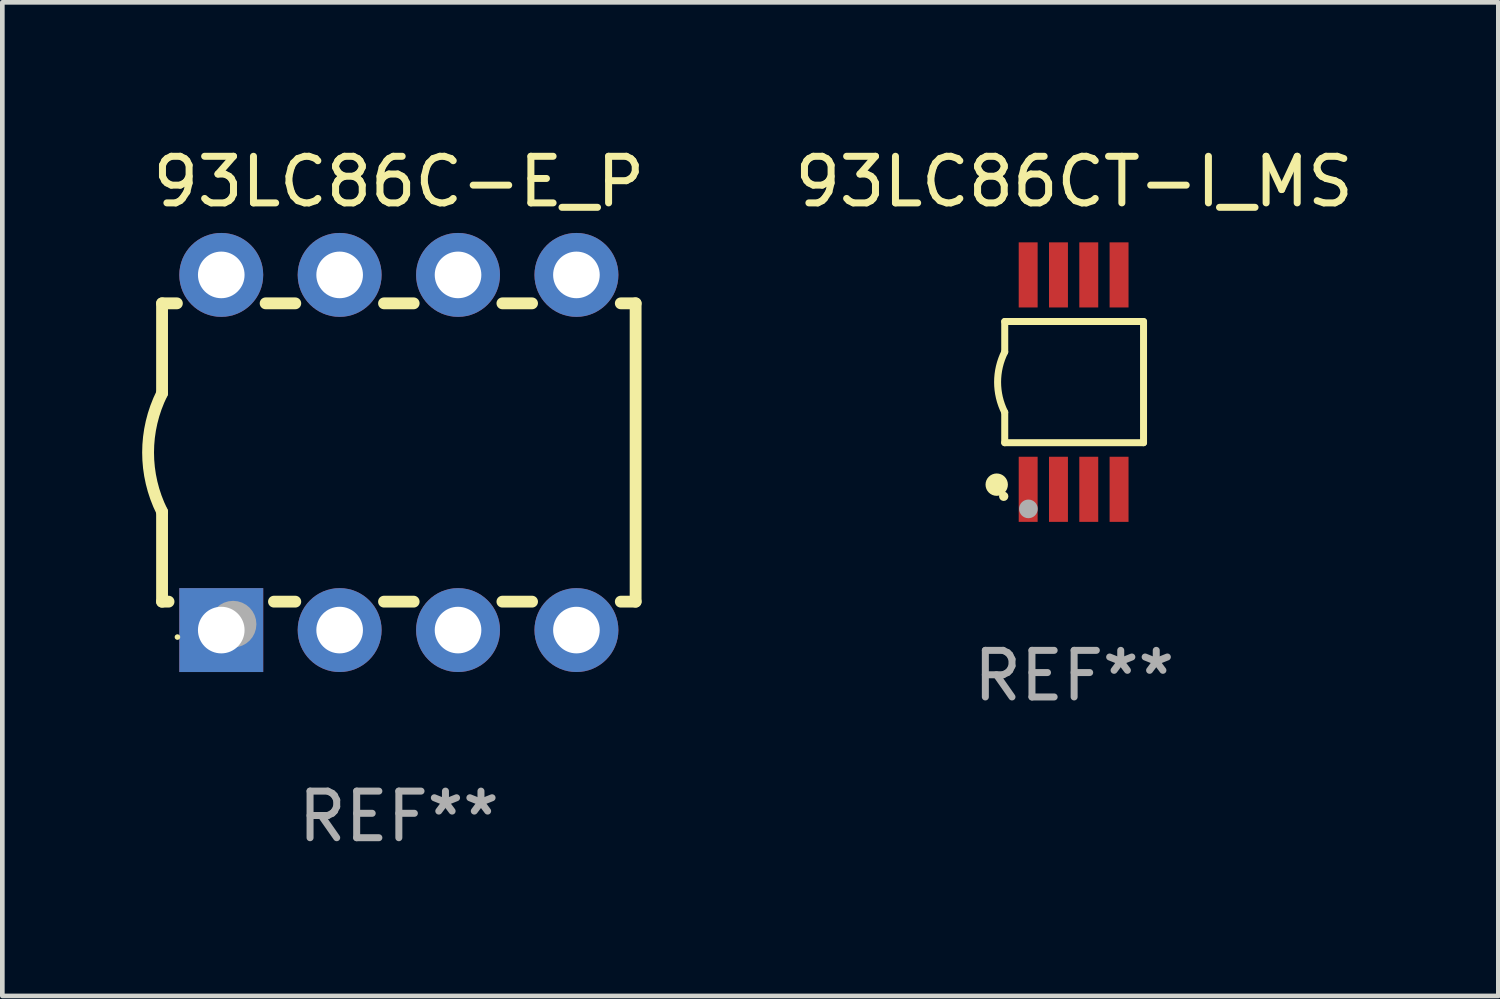
<source format=kicad_pcb>
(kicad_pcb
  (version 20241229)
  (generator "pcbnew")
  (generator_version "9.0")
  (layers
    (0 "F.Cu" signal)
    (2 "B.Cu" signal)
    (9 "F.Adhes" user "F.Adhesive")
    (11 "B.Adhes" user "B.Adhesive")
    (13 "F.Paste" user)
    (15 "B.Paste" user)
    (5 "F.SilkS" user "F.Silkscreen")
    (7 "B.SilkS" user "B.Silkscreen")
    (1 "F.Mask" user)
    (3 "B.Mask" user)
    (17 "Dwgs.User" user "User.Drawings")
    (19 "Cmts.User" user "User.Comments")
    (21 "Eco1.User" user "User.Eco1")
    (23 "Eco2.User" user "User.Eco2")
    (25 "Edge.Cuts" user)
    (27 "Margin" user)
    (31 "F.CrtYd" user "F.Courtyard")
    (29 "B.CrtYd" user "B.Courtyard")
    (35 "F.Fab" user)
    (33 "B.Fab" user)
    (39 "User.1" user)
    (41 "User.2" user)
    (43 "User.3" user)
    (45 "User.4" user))
  (footprint "93LC86CT-I_MS"
    (layer "F.Cu")
    (at 19.995 5.148)
    (property "Reference" "93LC86CT-I_MS" (at 0 -4.3 0) (layer "F.SilkS") (effects (font (size 1 1) (thickness 0.15))))
    (attr through_hole)
    (fp_line (start -1.489 -1.3) (end -1.489 -0.648) (stroke (width 0.15) (type solid)) (layer "F.SilkS"))
    (fp_line (start -1.489 0.648) (end -1.489 1.3) (stroke (width 0.15) (type solid)) (layer "F.SilkS"))
    (fp_line (start -1.489 1.3) (end 1.489 1.3) (stroke (width 0.15) (type solid)) (layer "F.SilkS"))
    (fp_line (start 1.489 -1.3) (end -1.489 -1.3) (stroke (width 0.15) (type solid)) (layer "F.SilkS"))
    (fp_line (start 1.489 1.3) (end 1.489 -1.3) (stroke (width 0.15) (type solid)) (layer "F.SilkS"))
    (fp_arc (start -1.489205 0.647702) (mid -1.642107 0) (end -1.489205 -0.647701) (stroke (width 0.150013) (type solid)) (layer "F.SilkS"))
    (fp_circle (center -1.661 2.2) (end -1.541 2.2) (stroke (width 0.24) (type solid)) (fill no) (layer "F.SilkS"))
    (fp_circle (center -1.511 2.45) (end -1.461 2.45) (stroke (width 0.1) (type solid)) (fill no) (layer "F.SilkS"))
    (fp_circle (center -0.981 2.72) (end -0.881 2.72) (stroke (width 0.2) (type solid)) (fill no) (layer "F.Fab"))
    (fp_text user "REF**" (at 0 6.3 0) (layer "F.Fab") (effects (font (size 1 1) (thickness 0.15))))
    (pad "1" smd rect (at -0.986 2.3) (size 0.406 1.397) (layers "F.Cu" "F.Mask" "F.Paste"))
    (pad "2" smd rect (at -0.336 2.3) (size 0.406 1.397) (layers "F.Cu" "F.Mask" "F.Paste"))
    (pad "3" smd rect (at 0.314 2.3) (size 0.406 1.397) (layers "F.Cu" "F.Mask" "F.Paste"))
    (pad "4" smd rect (at 0.964 2.3) (size 0.406 1.397) (layers "F.Cu" "F.Mask" "F.Paste"))
    (pad "5" smd rect (at 0.964 -2.3) (size 0.406 1.397) (layers "F.Cu" "F.Mask" "F.Paste"))
    (pad "6" smd rect (at 0.314 -2.3) (size 0.406 1.397) (layers "F.Cu" "F.Mask" "F.Paste"))
    (pad "7" smd rect (at -0.336 -2.3) (size 0.406 1.397) (layers "F.Cu" "F.Mask" "F.Paste"))
    (pad "8" smd rect (at -0.986 -2.3) (size 0.406 1.397) (layers "F.Cu" "F.Mask" "F.Paste")))
  (footprint "93LC86C-E_P"
    (layer "F.Cu")
    (at 5.507 6.658)
    (property "Reference" "93LC86C-E_P" (at 0 -5.81 0) (layer "F.SilkS") (effects (font (size 1 1) (thickness 0.15))))
    (attr through_hole)
    (fp_line (start -5.08 -3.2) (end -4.762 -3.2) (stroke (width 0.254) (type solid)) (layer "F.SilkS"))
    (fp_line (start -5.08 -1.27) (end -5.08 -3.2) (stroke (width 0.254) (type solid)) (layer "F.SilkS"))
    (fp_line (start -5.08 3.2) (end -5.08 1.27) (stroke (width 0.254) (type solid)) (layer "F.SilkS"))
    (fp_line (start -5.08 3.2) (end -4.941 3.2) (stroke (width 0.254) (type solid)) (layer "F.SilkS"))
    (fp_line (start -2.858 -3.2) (end -2.222 -3.2) (stroke (width 0.254) (type solid)) (layer "F.SilkS"))
    (fp_line (start -2.679 3.2) (end -2.222 3.2) (stroke (width 0.254) (type solid)) (layer "F.SilkS"))
    (fp_line (start -0.318 -3.2) (end 0.318 -3.2) (stroke (width 0.254) (type solid)) (layer "F.SilkS"))
    (fp_line (start -0.318 3.2) (end 0.318 3.2) (stroke (width 0.254) (type solid)) (layer "F.SilkS"))
    (fp_line (start 2.222 -3.2) (end 2.858 -3.2) (stroke (width 0.254) (type solid)) (layer "F.SilkS"))
    (fp_line (start 2.222 3.2) (end 2.858 3.2) (stroke (width 0.254) (type solid)) (layer "F.SilkS"))
    (fp_line (start 4.762 -3.2) (end 5.08 -3.2) (stroke (width 0.254) (type solid)) (layer "F.SilkS"))
    (fp_line (start 4.762 3.2) (end 5.08 3.2) (stroke (width 0.254) (type solid)) (layer "F.SilkS"))
    (fp_line (start 5.08 3.2) (end 5.08 -3.2) (stroke (width 0.254) (type solid)) (layer "F.SilkS"))
    (fp_arc (start -5.080011 1.270002) (mid -5.379818 -0.000001) (end -5.08001 -1.270003) (stroke (width 0.254001) (type solid)) (layer "F.SilkS"))
    (fp_circle (center -4.75 3.96) (end -4.72 3.96) (stroke (width 0.06) (type solid)) (fill no) (layer "F.SilkS"))
    (fp_circle (center -3.556 3.683) (end -3.306 3.683) (stroke (width 0.5) (type solid)) (fill no) (layer "F.Fab"))
    (fp_text user "REF**" (at 0 7.81 0) (layer "F.Fab") (effects (font (size 1 1) (thickness 0.15))))
    (pad "1" thru_hole rect (at -3.81 3.81) (size 1.8 1.8) (drill 1) (layers "*.Cu" "*.Mask"))
    (pad "2" thru_hole circle (at -1.27 3.81) (size 1.8 1.8) (drill 1) (layers "*.Cu" "*.Mask"))
    (pad "3" thru_hole circle (at 1.27 3.81) (size 1.8 1.8) (drill 1) (layers "*.Cu" "*.Mask"))
    (pad "4" thru_hole circle (at 3.81 3.81) (size 1.8 1.8) (drill 1) (layers "*.Cu" "*.Mask"))
    (pad "5" thru_hole circle (at 3.81 -3.81) (size 1.8 1.8) (drill 1) (layers "*.Cu" "*.Mask"))
    (pad "6" thru_hole circle (at 1.27 -3.81) (size 1.8 1.8) (drill 1) (layers "*.Cu" "*.Mask"))
    (pad "7" thru_hole circle (at -1.27 -3.81) (size 1.8 1.8) (drill 1) (layers "*.Cu" "*.Mask"))
    (pad "8" thru_hole circle (at -3.81 -3.81) (size 1.8 1.8) (drill 1) (layers "*.Cu" "*.Mask")))
  (gr_rect
    (start -3 -3)
    (end 29.096 18.317)
    (stroke (width 0.1) (type default))
    (fill no)
    (layer "Edge.Cuts")))
</source>
